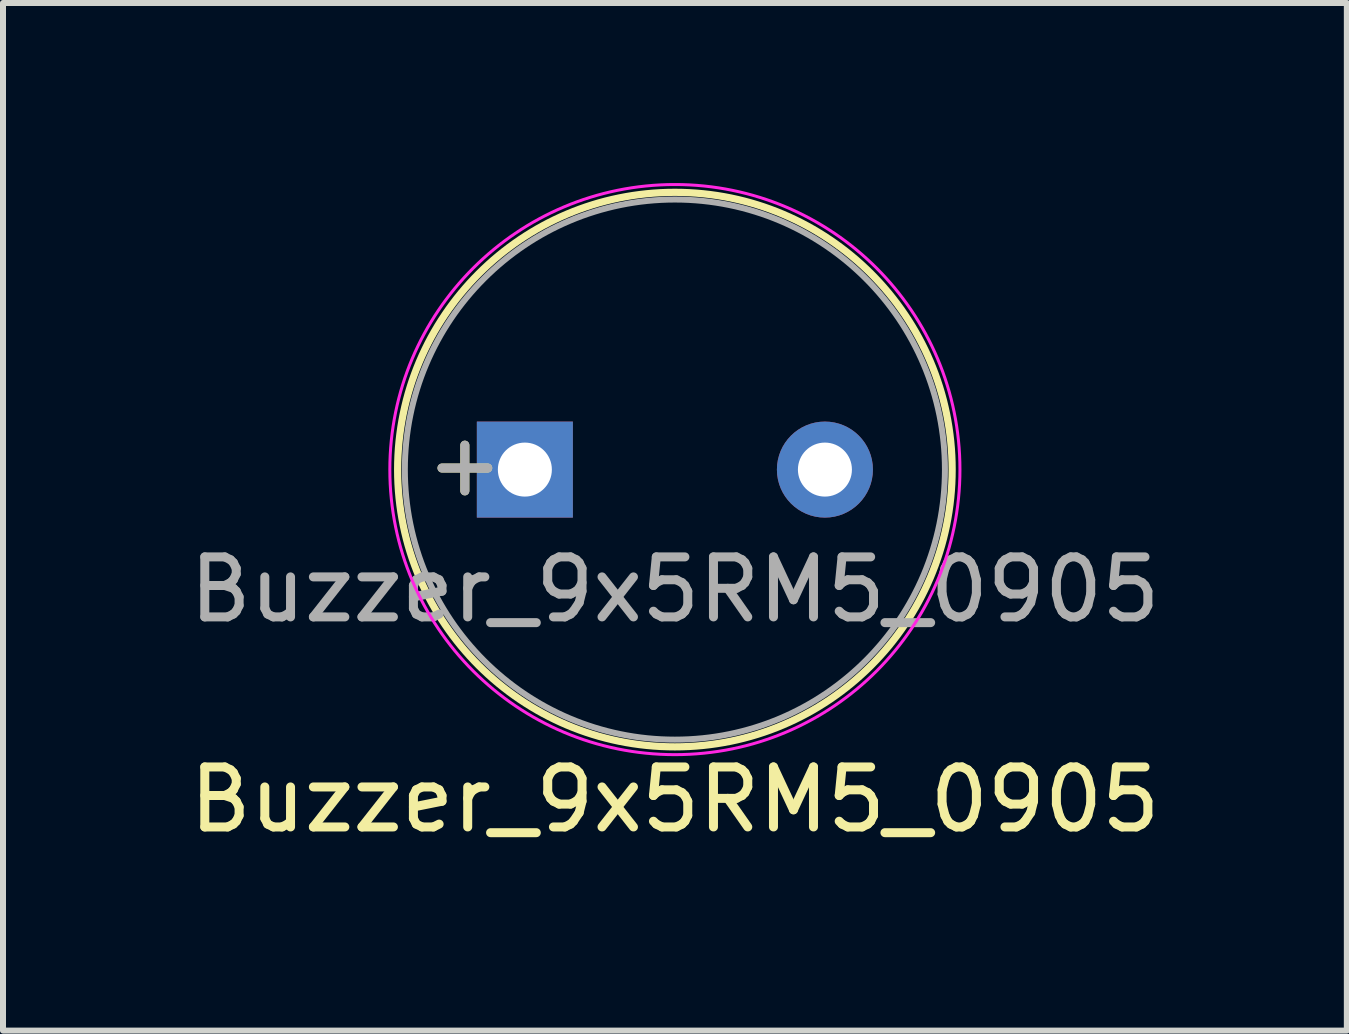
<source format=kicad_pcb>
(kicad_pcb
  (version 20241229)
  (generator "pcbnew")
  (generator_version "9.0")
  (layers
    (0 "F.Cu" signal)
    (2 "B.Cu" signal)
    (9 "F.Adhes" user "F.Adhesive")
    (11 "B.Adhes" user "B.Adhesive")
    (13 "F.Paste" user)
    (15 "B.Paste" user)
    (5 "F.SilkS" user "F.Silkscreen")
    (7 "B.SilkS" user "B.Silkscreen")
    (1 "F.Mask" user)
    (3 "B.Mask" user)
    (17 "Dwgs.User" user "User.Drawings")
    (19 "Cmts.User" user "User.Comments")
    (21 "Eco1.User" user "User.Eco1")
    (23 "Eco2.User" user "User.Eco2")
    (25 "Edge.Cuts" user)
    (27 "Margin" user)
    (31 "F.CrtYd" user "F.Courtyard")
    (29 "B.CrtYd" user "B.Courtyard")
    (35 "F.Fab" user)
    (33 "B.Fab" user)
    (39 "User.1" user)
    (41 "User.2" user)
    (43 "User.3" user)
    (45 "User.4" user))
  (footprint "Buzzer_9x5RM5_0905"
    (layer "F.Cu")
    (at 5.696 4.775)
    (property "Reference" "Buzzer_9x5RM5_0905" (at 2.5 5.5 0) (layer "F.SilkS") (effects (font (size 1 1) (thickness 0.15))))
    (attr through_hole)
    (fp_circle (center 2.5 0) (end 7.12 0) (stroke (width 0.12) (type solid)) (fill no) (layer "F.SilkS"))
    (fp_circle (center 2.5 0) (end 7.25 0) (stroke (width 0.05) (type solid)) (fill no) (layer "F.CrtYd"))
    (fp_circle (center 2.5 0) (end 7 0) (stroke (width 0.1) (type solid)) (fill no) (layer "F.Fab"))
    (fp_text user "+" (at -1 -0.1 0) (layer "F.SilkS") (effects (font (size 1 1) (thickness 0.15))))
    (fp_text user "+" (at -1 -0.1 0) (layer "F.Fab") (effects (font (size 1 1) (thickness 0.15))))
    (fp_text user "${REFERENCE}" (at 2.5 2 0) (layer "F.Fab") (effects (font (size 1 1) (thickness 0.15))))
    (pad "1" thru_hole rect (at 0 0) (size 1.6 1.6) (drill 0.9) (layers "*.Cu" "*.Mask"))
    (pad "2" thru_hole circle (at 5 0) (size 1.6 1.6) (drill 0.9) (layers "*.Cu" "*.Mask")))
  (gr_rect
    (start -3 -3)
    (end 19.393 14.123)
    (stroke (width 0.1) (type default))
    (fill no)
    (layer "Edge.Cuts")))
</source>
